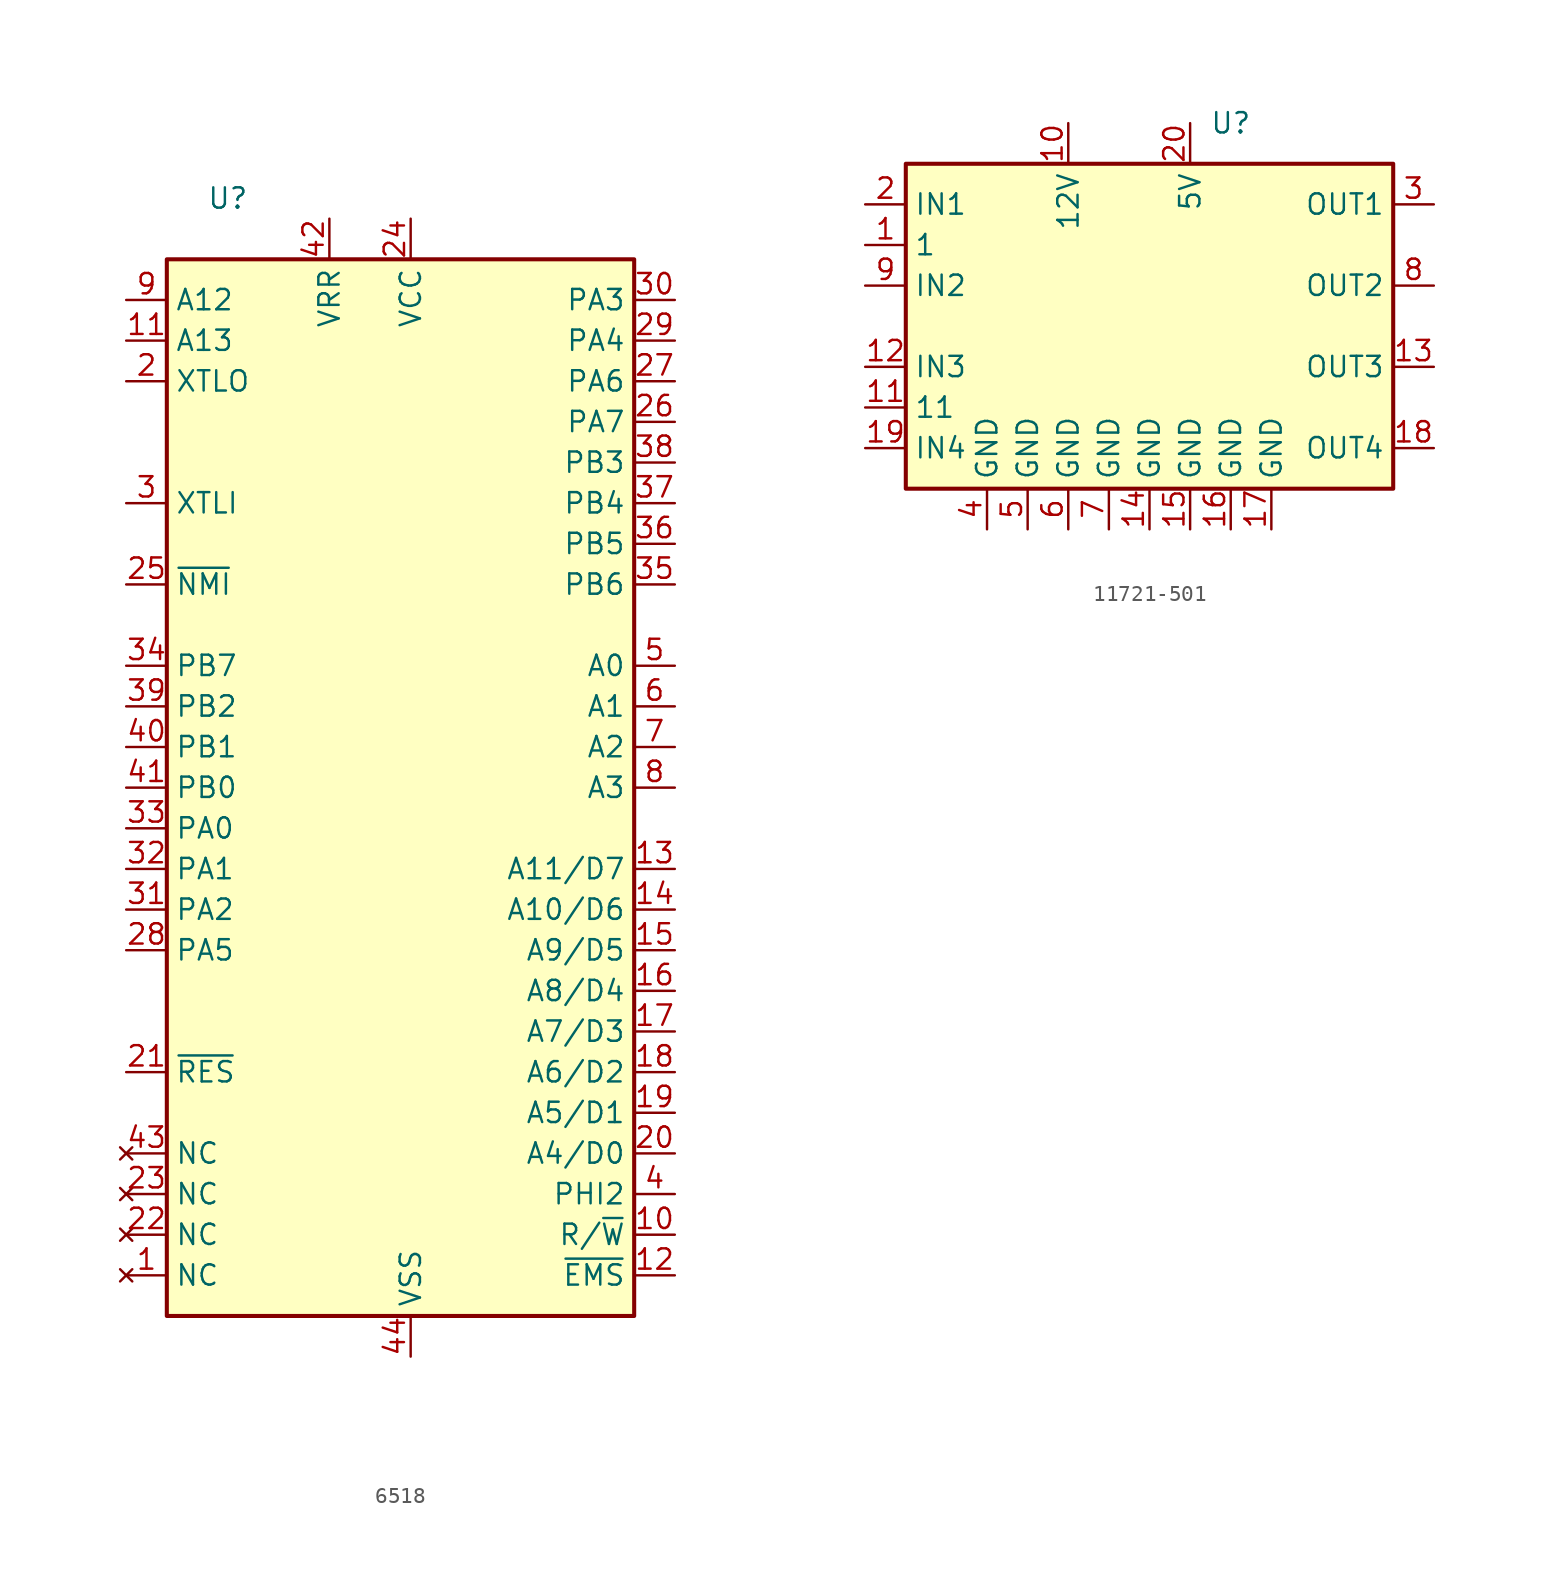
<source format=kicad_sym>
(kicad_symbol_lib
  (version 20220914)
  (generator kicad_symbol_editor)
  (symbol "6518"
    (property "Reference" "U"
      (at 3.81 3.81 0)
      (effects (font (size 1.27 1.27))))
    (property "Value" ""
      (at 0 0 0)
      (effects (font (size 1.27 1.27))))
    (symbol "6518_1_1"
      (rectangle (start 0 0) (end 29.21 -66.04) (stroke (width 0.254) (type default)) (fill (type background)))
      (pin no_connect line (at -2.54 -63.5 0) (length 2.54) (name "NC" (effects (font (size 1.27 1.27)))) (number "1" (effects (font (size 1.27 1.27)))))
      (pin output line (at 31.75 -60.96 180) (length 2.54) (name "R/~{W}" (effects (font (size 1.27 1.27)))) (number "10" (effects (font (size 1.27 1.27)))))
      (pin output line (at -2.54 -5.08 0) (length 2.54) (name "A13" (effects (font (size 1.27 1.27)))) (number "11" (effects (font (size 1.27 1.27)))))
      (pin output line (at 31.75 -63.5 180) (length 2.54) (name "~{EMS}" (effects (font (size 1.27 1.27)))) (number "12" (effects (font (size 1.27 1.27)))))
      (pin bidirectional line (at 31.75 -38.1 180) (length 2.54) (name "A11/D7" (effects (font (size 1.27 1.27)))) (number "13" (effects (font (size 1.27 1.27)))))
      (pin bidirectional line (at 31.75 -40.64 180) (length 2.54) (name "A10/D6" (effects (font (size 1.27 1.27)))) (number "14" (effects (font (size 1.27 1.27)))))
      (pin bidirectional line (at 31.75 -43.18 180) (length 2.54) (name "A9/D5" (effects (font (size 1.27 1.27)))) (number "15" (effects (font (size 1.27 1.27)))))
      (pin bidirectional line (at 31.75 -45.72 180) (length 2.54) (name "A8/D4" (effects (font (size 1.27 1.27)))) (number "16" (effects (font (size 1.27 1.27)))))
      (pin bidirectional line (at 31.75 -48.26 180) (length 2.54) (name "A7/D3" (effects (font (size 1.27 1.27)))) (number "17" (effects (font (size 1.27 1.27)))))
      (pin bidirectional line (at 31.75 -50.8 180) (length 2.54) (name "A6/D2" (effects (font (size 1.27 1.27)))) (number "18" (effects (font (size 1.27 1.27)))))
      (pin bidirectional line (at 31.75 -53.34 180) (length 2.54) (name "A5/D1" (effects (font (size 1.27 1.27)))) (number "19" (effects (font (size 1.27 1.27)))))
      (pin output line (at -2.54 -7.62 0) (length 2.54) (name "XTLO" (effects (font (size 1.27 1.27)))) (number "2" (effects (font (size 1.27 1.27)))))
      (pin bidirectional line (at 31.75 -55.88 180) (length 2.54) (name "A4/D0" (effects (font (size 1.27 1.27)))) (number "20" (effects (font (size 1.27 1.27)))))
      (pin input line (at -2.54 -50.8 0) (length 2.54) (name "~{RES}" (effects (font (size 1.27 1.27)))) (number "21" (effects (font (size 1.27 1.27)))))
      (pin no_connect line (at -2.54 -60.96 0) (length 2.54) (name "NC" (effects (font (size 1.27 1.27)))) (number "22" (effects (font (size 1.27 1.27)))))
      (pin no_connect line (at -2.54 -58.42 0) (length 2.54) (name "NC" (effects (font (size 1.27 1.27)))) (number "23" (effects (font (size 1.27 1.27)))))
      (pin power_in line (at 15.24 2.54 270) (length 2.54) (name "VCC" (effects (font (size 1.27 1.27)))) (number "24" (effects (font (size 1.27 1.27)))))
      (pin input line (at -2.54 -20.32 0) (length 2.54) (name "~{NMI}" (effects (font (size 1.27 1.27)))) (number "25" (effects (font (size 1.27 1.27)))))
      (pin bidirectional line (at 31.75 -10.16 180) (length 2.54) (name "PA7" (effects (font (size 1.27 1.27)))) (number "26" (effects (font (size 1.27 1.27)))))
      (pin bidirectional line (at 31.75 -7.62 180) (length 2.54) (name "PA6" (effects (font (size 1.27 1.27)))) (number "27" (effects (font (size 1.27 1.27)))))
      (pin bidirectional line (at -2.54 -43.18 0) (length 2.54) (name "PA5" (effects (font (size 1.27 1.27)))) (number "28" (effects (font (size 1.27 1.27)))))
      (pin bidirectional line (at 31.75 -5.08 180) (length 2.54) (name "PA4" (effects (font (size 1.27 1.27)))) (number "29" (effects (font (size 1.27 1.27)))))
      (pin input line (at -2.54 -15.24 0) (length 2.54) (name "XTLI" (effects (font (size 1.27 1.27)))) (number "3" (effects (font (size 1.27 1.27)))))
      (pin bidirectional line (at 31.75 -2.54 180) (length 2.54) (name "PA3" (effects (font (size 1.27 1.27)))) (number "30" (effects (font (size 1.27 1.27)))))
      (pin bidirectional line (at -2.54 -40.64 0) (length 2.54) (name "PA2" (effects (font (size 1.27 1.27)))) (number "31" (effects (font (size 1.27 1.27)))))
      (pin bidirectional line (at -2.54 -38.1 0) (length 2.54) (name "PA1" (effects (font (size 1.27 1.27)))) (number "32" (effects (font (size 1.27 1.27)))))
      (pin bidirectional line (at -2.54 -35.56 0) (length 2.54) (name "PA0" (effects (font (size 1.27 1.27)))) (number "33" (effects (font (size 1.27 1.27)))))
      (pin bidirectional line (at -2.54 -25.4 0) (length 2.54) (name "PB7" (effects (font (size 1.27 1.27)))) (number "34" (effects (font (size 1.27 1.27)))))
      (pin bidirectional line (at 31.75 -20.32 180) (length 2.54) (name "PB6" (effects (font (size 1.27 1.27)))) (number "35" (effects (font (size 1.27 1.27)))))
      (pin bidirectional line (at 31.75 -17.78 180) (length 2.54) (name "PB5" (effects (font (size 1.27 1.27)))) (number "36" (effects (font (size 1.27 1.27)))))
      (pin bidirectional line (at 31.75 -15.24 180) (length 2.54) (name "PB4" (effects (font (size 1.27 1.27)))) (number "37" (effects (font (size 1.27 1.27)))))
      (pin bidirectional line (at 31.75 -12.7 180) (length 2.54) (name "PB3" (effects (font (size 1.27 1.27)))) (number "38" (effects (font (size 1.27 1.27)))))
      (pin bidirectional line (at -2.54 -27.94 0) (length 2.54) (name "PB2" (effects (font (size 1.27 1.27)))) (number "39" (effects (font (size 1.27 1.27)))))
      (pin output line (at 31.75 -58.42 180) (length 2.54) (name "PHI2" (effects (font (size 1.27 1.27)))) (number "4" (effects (font (size 1.27 1.27)))))
      (pin bidirectional line (at -2.54 -30.48 0) (length 2.54) (name "PB1" (effects (font (size 1.27 1.27)))) (number "40" (effects (font (size 1.27 1.27)))))
      (pin bidirectional line (at -2.54 -33.02 0) (length 2.54) (name "PB0" (effects (font (size 1.27 1.27)))) (number "41" (effects (font (size 1.27 1.27)))))
      (pin power_in line (at 10.16 2.54 270) (length 2.54) (name "VRR" (effects (font (size 1.27 1.27)))) (number "42" (effects (font (size 1.27 1.27)))))
      (pin no_connect line (at -2.54 -55.88 0) (length 2.54) (name "NC" (effects (font (size 1.27 1.27)))) (number "43" (effects (font (size 1.27 1.27)))))
      (pin power_in line (at 15.24 -68.58 90) (length 2.54) (name "VSS" (effects (font (size 1.27 1.27)))) (number "44" (effects (font (size 1.27 1.27)))))
      (pin output line (at 31.75 -25.4 180) (length 2.54) (name "A0" (effects (font (size 1.27 1.27)))) (number "5" (effects (font (size 1.27 1.27)))))
      (pin output line (at 31.75 -27.94 180) (length 2.54) (name "A1" (effects (font (size 1.27 1.27)))) (number "6" (effects (font (size 1.27 1.27)))))
      (pin output line (at 31.75 -30.48 180) (length 2.54) (name "A2" (effects (font (size 1.27 1.27)))) (number "7" (effects (font (size 1.27 1.27)))))
      (pin output line (at 31.75 -33.02 180) (length 2.54) (name "A3" (effects (font (size 1.27 1.27)))) (number "8" (effects (font (size 1.27 1.27)))))
      (pin output line (at -2.54 -2.54 0) (length 2.54) (name "A12" (effects (font (size 1.27 1.27)))) (number "9" (effects (font (size 1.27 1.27)))))))
  (symbol "11721-501"
    (property "Reference" "U"
      (at 20.32 2.54 0)
      (effects (font (size 1.27 1.27))))
    (property "Value" ""
      (at 0 0 0)
      (effects (font (size 1.27 1.27))))
    (symbol "11721-501_1_1"
      (rectangle (start 0 0) (end 30.48 -20.32) (stroke (width 0.254) (type default)) (fill (type background)))
      (pin unspecified line (at -2.54 -5.08 0) (length 2.54) (name "1" (effects (font (size 1.27 1.27)))) (number "1" (effects (font (size 1.27 1.27)))))
      (pin power_in line (at 10.16 2.54 270) (length 2.54) (name "12V" (effects (font (size 1.27 1.27)))) (number "10" (effects (font (size 1.27 1.27)))))
      (pin unspecified line (at -2.54 -15.24 0) (length 2.54) (name "11" (effects (font (size 1.27 1.27)))) (number "11" (effects (font (size 1.27 1.27)))))
      (pin input line (at -2.54 -12.7 0) (length 2.54) (name "IN3" (effects (font (size 1.27 1.27)))) (number "12" (effects (font (size 1.27 1.27)))))
      (pin output line (at 33.02 -12.7 180) (length 2.54) (name "OUT3" (effects (font (size 1.27 1.27)))) (number "13" (effects (font (size 1.27 1.27)))))
      (pin power_in line (at 15.24 -22.86 90) (length 2.54) (name "GND" (effects (font (size 1.27 1.27)))) (number "14" (effects (font (size 1.27 1.27)))))
      (pin power_in line (at 17.78 -22.86 90) (length 2.54) (name "GND" (effects (font (size 1.27 1.27)))) (number "15" (effects (font (size 1.27 1.27)))))
      (pin power_in line (at 20.32 -22.86 90) (length 2.54) (name "GND" (effects (font (size 1.27 1.27)))) (number "16" (effects (font (size 1.27 1.27)))))
      (pin power_in line (at 22.86 -22.86 90) (length 2.54) (name "GND" (effects (font (size 1.27 1.27)))) (number "17" (effects (font (size 1.27 1.27)))))
      (pin output line (at 33.02 -17.78 180) (length 2.54) (name "OUT4" (effects (font (size 1.27 1.27)))) (number "18" (effects (font (size 1.27 1.27)))))
      (pin input line (at -2.54 -17.78 0) (length 2.54) (name "IN4" (effects (font (size 1.27 1.27)))) (number "19" (effects (font (size 1.27 1.27)))))
      (pin input line (at -2.54 -2.54 0) (length 2.54) (name "IN1" (effects (font (size 1.27 1.27)))) (number "2" (effects (font (size 1.27 1.27)))))
      (pin power_in line (at 17.78 2.54 270) (length 2.54) (name "5V" (effects (font (size 1.27 1.27)))) (number "20" (effects (font (size 1.27 1.27)))))
      (pin output line (at 33.02 -2.54 180) (length 2.54) (name "OUT1" (effects (font (size 1.27 1.27)))) (number "3" (effects (font (size 1.27 1.27)))))
      (pin power_in line (at 5.08 -22.86 90) (length 2.54) (name "GND" (effects (font (size 1.27 1.27)))) (number "4" (effects (font (size 1.27 1.27)))))
      (pin power_in line (at 7.62 -22.86 90) (length 2.54) (name "GND" (effects (font (size 1.27 1.27)))) (number "5" (effects (font (size 1.27 1.27)))))
      (pin power_in line (at 10.16 -22.86 90) (length 2.54) (name "GND" (effects (font (size 1.27 1.27)))) (number "6" (effects (font (size 1.27 1.27)))))
      (pin power_in line (at 12.7 -22.86 90) (length 2.54) (name "GND" (effects (font (size 1.27 1.27)))) (number "7" (effects (font (size 1.27 1.27)))))
      (pin output line (at 33.02 -7.62 180) (length 2.54) (name "OUT2" (effects (font (size 1.27 1.27)))) (number "8" (effects (font (size 1.27 1.27)))))
      (pin input line (at -2.54 -7.62 0) (length 2.54) (name "IN2" (effects (font (size 1.27 1.27)))) (number "9" (effects (font (size 1.27 1.27))))))))
</source>
